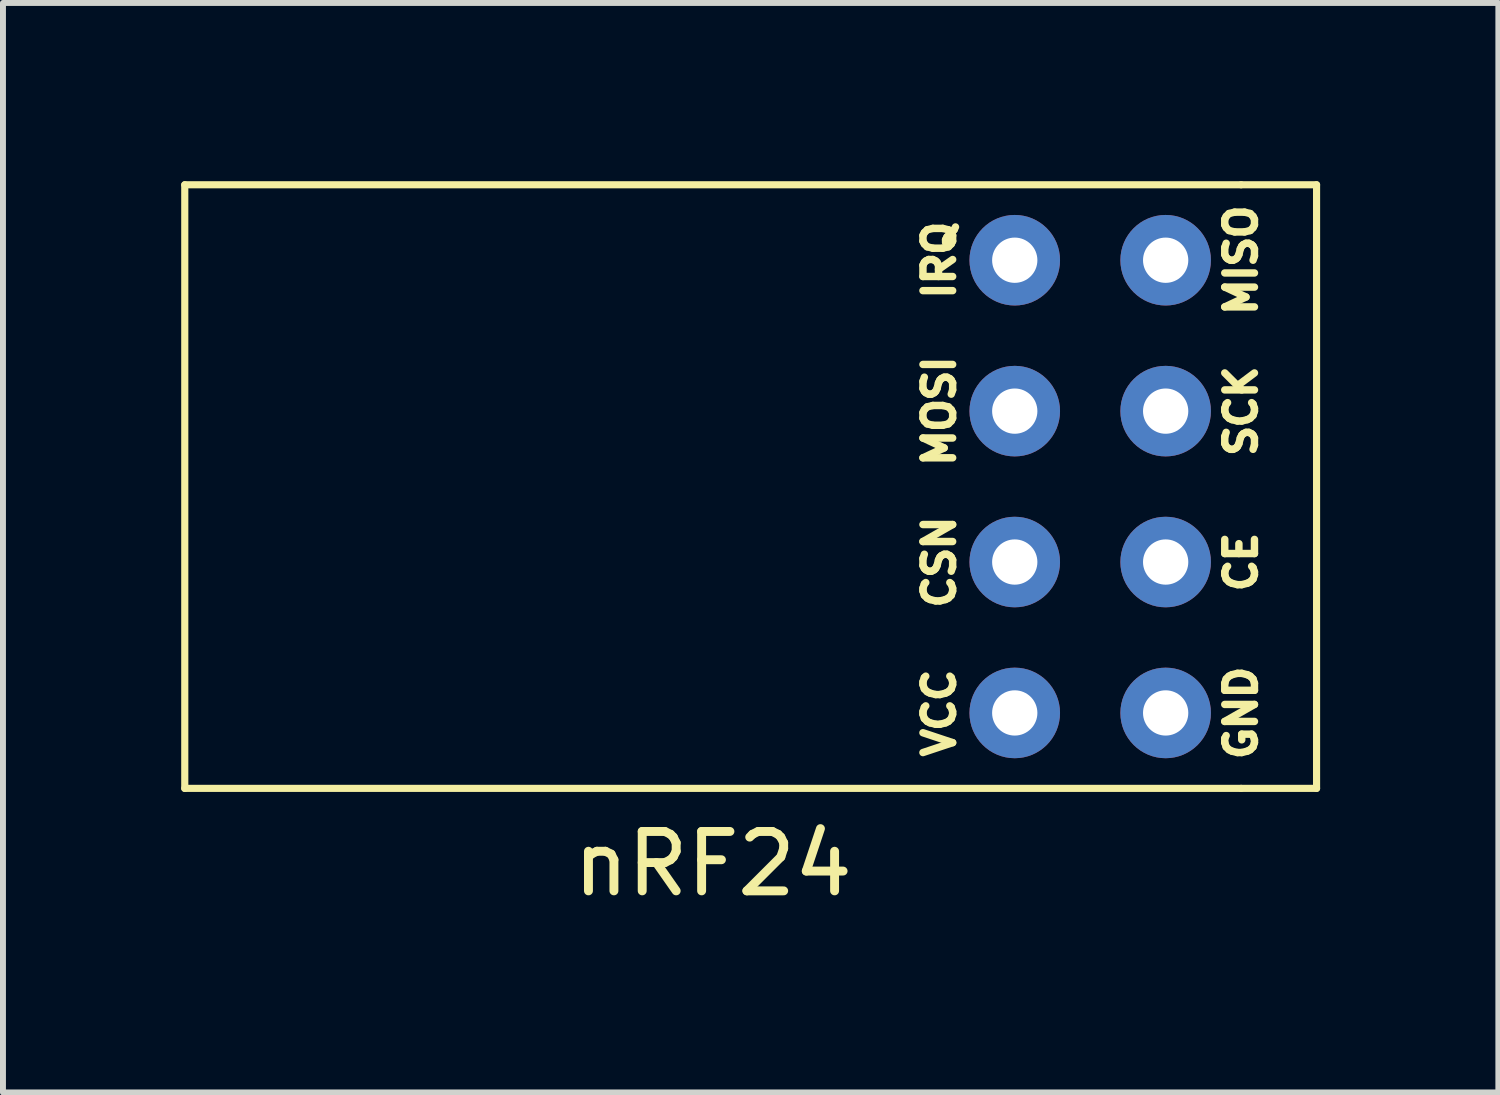
<source format=kicad_pcb>
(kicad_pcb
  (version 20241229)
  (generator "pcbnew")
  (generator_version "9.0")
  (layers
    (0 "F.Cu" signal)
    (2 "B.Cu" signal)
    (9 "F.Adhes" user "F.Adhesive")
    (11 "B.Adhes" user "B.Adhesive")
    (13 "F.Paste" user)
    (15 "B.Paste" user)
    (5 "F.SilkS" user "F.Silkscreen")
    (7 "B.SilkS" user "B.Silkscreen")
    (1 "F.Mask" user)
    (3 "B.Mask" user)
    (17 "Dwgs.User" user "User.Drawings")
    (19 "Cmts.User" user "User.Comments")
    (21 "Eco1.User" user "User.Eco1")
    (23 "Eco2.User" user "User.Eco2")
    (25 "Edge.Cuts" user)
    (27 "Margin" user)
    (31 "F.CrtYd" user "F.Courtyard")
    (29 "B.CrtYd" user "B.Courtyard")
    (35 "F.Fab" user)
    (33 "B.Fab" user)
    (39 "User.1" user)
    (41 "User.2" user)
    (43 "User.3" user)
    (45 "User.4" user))
  (footprint "nRF24"
    (layer "F.Cu")
    (at 8.95 6.41)
    (property "Reference" "nRF24" (at 0 5.08 0) (layer "F.SilkS") (effects (font (size 1 1) (thickness 0.15))))
    (attr through_hole)
    (fp_line (start -8.89 -6.35) (end -8.89 3.81) (stroke (width 0.12) (type solid)) (layer "F.SilkS"))
    (fp_line (start -8.89 3.81) (end 8.89 3.81) (stroke (width 0.12) (type solid)) (layer "F.SilkS"))
    (fp_line (start 8.89 -6.35) (end -8.89 -6.35) (stroke (width 0.12) (type solid)) (layer "F.SilkS"))
    (fp_line (start 8.89 -6.35) (end 10.16 -6.35) (stroke (width 0.12) (type solid)) (layer "F.SilkS"))
    (fp_line (start 10.16 3.81) (end 8.89 3.81) (stroke (width 0.12) (type solid)) (layer "F.SilkS"))
    (fp_line (start 10.16 3.81) (end 10.16 -6.35) (stroke (width 0.12) (type solid)) (layer "F.SilkS"))
    (fp_text user "CSN" (at 3.81 0 90) (layer "F.SilkS") (effects (font (size 0.5 0.5) (thickness 0.125))))
    (fp_text user "SCK" (at 8.89 -2.54 90) (layer "F.SilkS") (effects (font (size 0.5 0.5) (thickness 0.125))))
    (fp_text user "MOSI" (at 3.81 -2.54 90) (layer "F.SilkS") (effects (font (size 0.5 0.5) (thickness 0.125))))
    (fp_text user "IRQ" (at 3.81 -5.08 90) (layer "F.SilkS") (effects (font (size 0.5 0.5) (thickness 0.125))))
    (fp_text user "GND" (at 8.89 2.54 90) (layer "F.SilkS") (effects (font (size 0.5 0.5) (thickness 0.125))))
    (fp_text user "MISO" (at 8.89 -5.08 90) (layer "F.SilkS") (effects (font (size 0.5 0.5) (thickness 0.125))))
    (fp_text user "CE" (at 8.89 0 90) (layer "F.SilkS") (effects (font (size 0.5 0.5) (thickness 0.125))))
    (fp_text user "VCC" (at 3.81 2.54 90) (layer "F.SilkS") (effects (font (size 0.5 0.5) (thickness 0.125))))
    (pad "0" thru_hole circle (at 7.62 2.54) (size 1.524 1.524) (drill 0.762) (layers "*.Cu" "*.Mask"))
    (pad "1" thru_hole circle (at 7.62 0) (size 1.524 1.524) (drill 0.762) (layers "*.Cu" "*.Mask"))
    (pad "2" thru_hole circle (at 7.62 -2.54) (size 1.524 1.524) (drill 0.762) (layers "*.Cu" "*.Mask"))
    (pad "3" thru_hole circle (at 7.62 -5.08) (size 1.524 1.524) (drill 0.762) (layers "*.Cu" "*.Mask"))
    (pad "4" thru_hole circle (at 5.08 -5.08) (size 1.524 1.524) (drill 0.762) (layers "*.Cu" "*.Mask"))
    (pad "5" thru_hole circle (at 5.08 -2.54) (size 1.524 1.524) (drill 0.762) (layers "*.Cu" "*.Mask"))
    (pad "6" thru_hole circle (at 5.08 0) (size 1.524 1.524) (drill 0.762) (layers "*.Cu" "*.Mask"))
    (pad "7" thru_hole circle (at 5.08 2.54) (size 1.524 1.524) (drill 0.762) (layers "*.Cu" "*.Mask")))
  (gr_rect
    (start -3 -3)
    (end 22.17 15.338)
    (stroke (width 0.1) (type default))
    (fill no)
    (layer "Edge.Cuts")))
</source>
